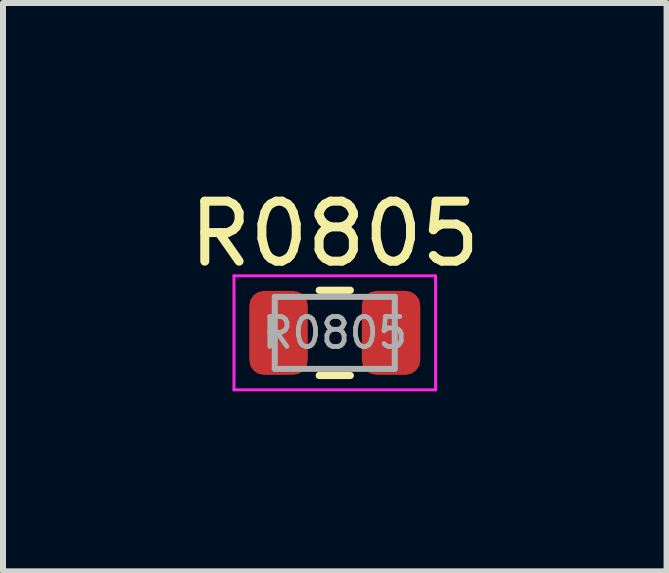
<source format=kicad_pcb>
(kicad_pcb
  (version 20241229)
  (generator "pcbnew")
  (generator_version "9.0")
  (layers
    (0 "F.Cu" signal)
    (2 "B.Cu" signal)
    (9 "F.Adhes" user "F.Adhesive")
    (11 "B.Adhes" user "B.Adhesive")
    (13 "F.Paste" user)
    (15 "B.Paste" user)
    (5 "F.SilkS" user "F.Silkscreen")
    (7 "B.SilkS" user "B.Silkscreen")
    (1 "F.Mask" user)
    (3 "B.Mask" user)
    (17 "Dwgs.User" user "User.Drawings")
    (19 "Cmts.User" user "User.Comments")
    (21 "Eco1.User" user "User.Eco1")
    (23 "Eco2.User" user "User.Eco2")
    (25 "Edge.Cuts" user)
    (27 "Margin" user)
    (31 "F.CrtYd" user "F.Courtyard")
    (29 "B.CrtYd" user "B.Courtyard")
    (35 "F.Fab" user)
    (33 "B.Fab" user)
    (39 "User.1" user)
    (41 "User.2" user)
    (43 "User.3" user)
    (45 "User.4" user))
  (footprint "R0805"
    (layer "F.Cu")
    (at 2.53 2.498)
    (property "Reference" "R0805" (at 0 -1.65 0) (layer "F.SilkS") (effects (font (size 1 1) (thickness 0.15))))
    (attr smd)
    (fp_line (start -0.259 -0.71) (end 0.259 -0.71) (stroke (width 0.12) (type solid)) (layer "F.SilkS"))
    (fp_line (start -0.259 0.71) (end 0.259 0.71) (stroke (width 0.12) (type solid)) (layer "F.SilkS"))
    (fp_line (start -1.68 -0.95) (end 1.68 -0.95) (stroke (width 0.05) (type solid)) (layer "F.CrtYd"))
    (fp_line (start -1.68 0.95) (end -1.68 -0.95) (stroke (width 0.05) (type solid)) (layer "F.CrtYd"))
    (fp_line (start 1.68 -0.95) (end 1.68 0.95) (stroke (width 0.05) (type solid)) (layer "F.CrtYd"))
    (fp_line (start 1.68 0.95) (end -1.68 0.95) (stroke (width 0.05) (type solid)) (layer "F.CrtYd"))
    (fp_line (start -1 -0.6) (end 1 -0.6) (stroke (width 0.1) (type solid)) (layer "F.Fab"))
    (fp_line (start -1 0.6) (end -1 -0.6) (stroke (width 0.1) (type solid)) (layer "F.Fab"))
    (fp_line (start 1 -0.6) (end 1 0.6) (stroke (width 0.1) (type solid)) (layer "F.Fab"))
    (fp_line (start 1 0.6) (end -1 0.6) (stroke (width 0.1) (type solid)) (layer "F.Fab"))
    (fp_text user "${REFERENCE}" (at 0 0 0) (layer "F.Fab") (effects (font (size 0.5 0.5) (thickness 0.08))))
    (pad "1" smd roundrect (at -0.938 0) (size 0.975 1.4) (layers "F.Cu" "F.Mask" "F.Paste") (roundrect_rratio 0.25))
    (pad "2" smd roundrect (at 0.938 0) (size 0.975 1.4) (layers "F.Cu" "F.Mask" "F.Paste") (roundrect_rratio 0.25)))
  (gr_rect
    (start -3 -3)
    (end 8.06 6.473)
    (stroke (width 0.1) (type default))
    (fill no)
    (layer "Edge.Cuts")))
</source>
